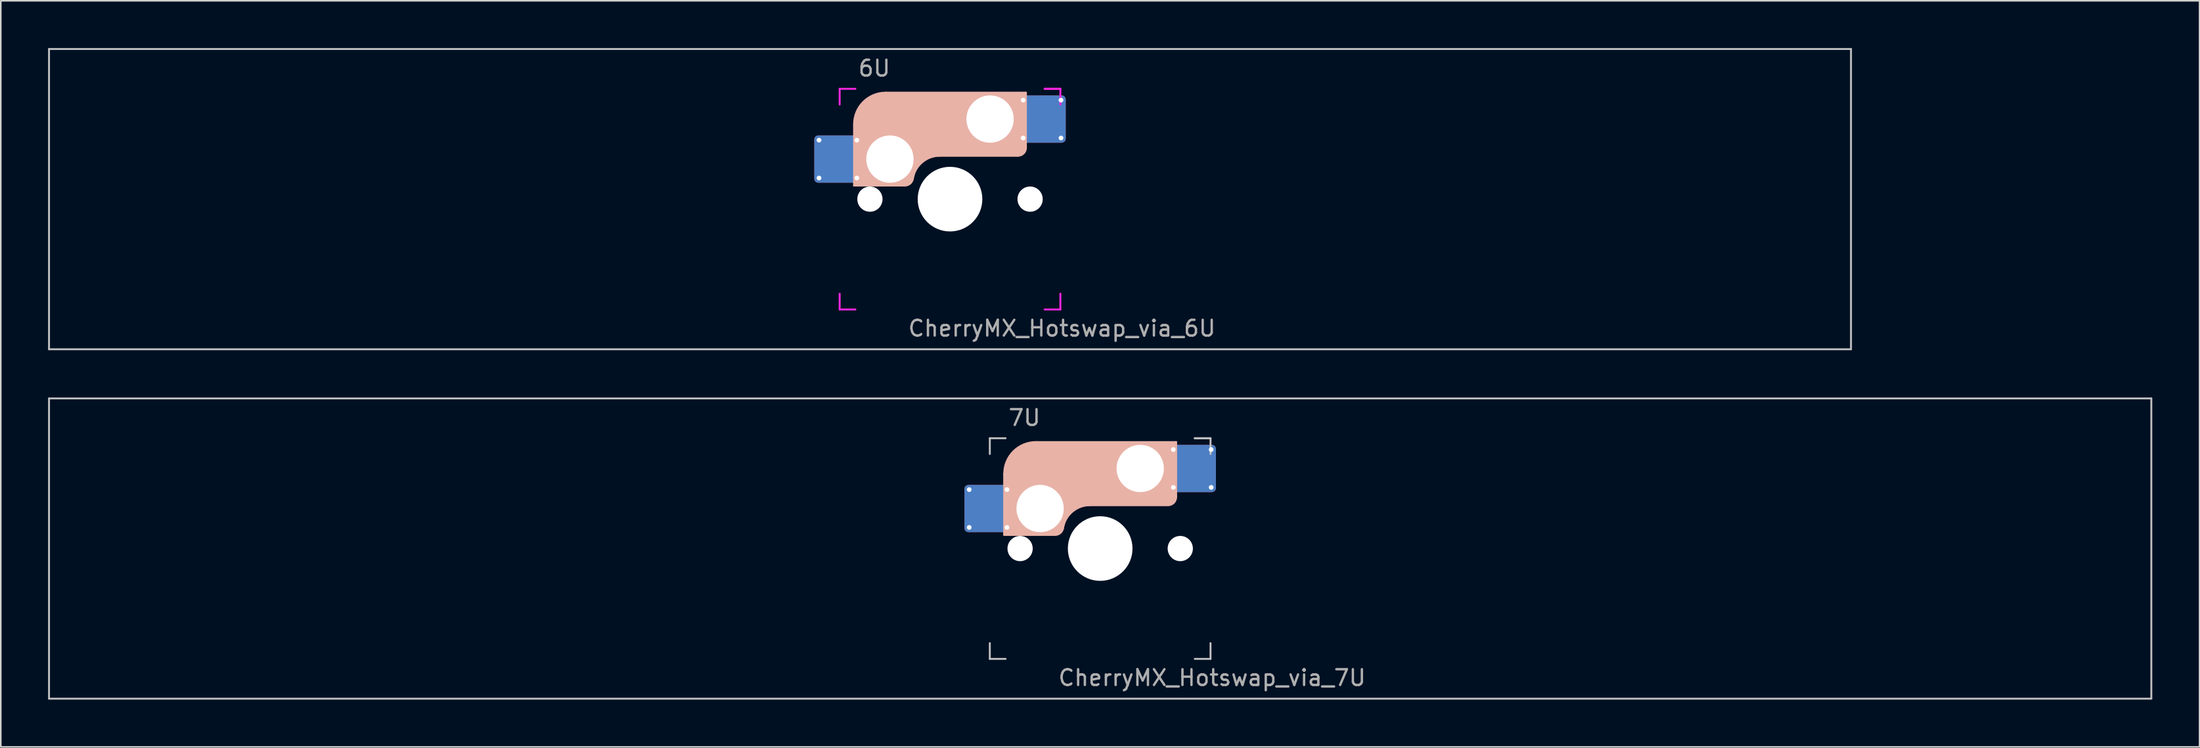
<source format=kicad_pcb>
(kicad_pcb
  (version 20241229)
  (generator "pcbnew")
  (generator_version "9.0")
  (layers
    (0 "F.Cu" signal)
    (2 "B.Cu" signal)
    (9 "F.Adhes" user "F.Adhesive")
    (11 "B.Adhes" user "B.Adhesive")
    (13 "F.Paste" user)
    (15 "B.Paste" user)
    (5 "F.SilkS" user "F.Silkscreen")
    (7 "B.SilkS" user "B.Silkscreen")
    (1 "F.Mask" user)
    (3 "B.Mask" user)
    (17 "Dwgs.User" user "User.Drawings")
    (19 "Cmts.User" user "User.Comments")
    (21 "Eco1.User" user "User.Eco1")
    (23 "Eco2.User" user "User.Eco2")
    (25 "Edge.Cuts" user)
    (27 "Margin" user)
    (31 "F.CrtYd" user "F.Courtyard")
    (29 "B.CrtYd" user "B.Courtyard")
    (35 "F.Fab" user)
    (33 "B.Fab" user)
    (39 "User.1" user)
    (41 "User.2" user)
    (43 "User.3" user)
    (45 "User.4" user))
  (footprint "CherryMX_Hotswap_via_6U"
    (layer "F.Cu")
    (at 57.21 9.585)
    (property "Reference" "CherryMX_Hotswap_via_6U" (at 7.1 8.2 0) (layer "F.Fab") (effects (font (size 1 1) (thickness 0.15))))
    (attr through_hole)
    (fp_line (start -8.11 -1.74) (end -8.11 -3.34) (stroke (width 0.12) (type solid)) (layer "B.Mask"))
    (fp_line (start -7.91 -3.54) (end -6.31 -3.54) (stroke (width 0.12) (type solid)) (layer "B.Mask"))
    (fp_line (start -6.31 -1.54) (end -7.91 -1.54) (stroke (width 0.12) (type solid)) (layer "B.Mask"))
    (fp_line (start -6.11 -3.34) (end -6.11 -1.74) (stroke (width 0.12) (type solid)) (layer "B.Mask"))
    (fp_line (start 4.84 -5.88) (end 4.84 -4.28) (stroke (width 0.12) (type solid)) (layer "B.Mask"))
    (fp_line (start 5.04 -6.08) (end 6.64 -6.08) (stroke (width 0.12) (type solid)) (layer "B.Mask"))
    (fp_line (start 5.04 -4.08) (end 6.64 -4.08) (stroke (width 0.12) (type solid)) (layer "B.Mask"))
    (fp_line (start 6.84 -4.28) (end 6.84 -5.88) (stroke (width 0.12) (type solid)) (layer "B.Mask"))
    (fp_arc (start -8.11 -3.34) (mid -8.051421 -3.481421) (end -7.91 -3.54) (stroke (width 0.12) (type solid)) (layer "B.Mask"))
    (fp_arc (start -7.91 -1.54) (mid -8.051421 -1.598579) (end -8.11 -1.74) (stroke (width 0.12) (type solid)) (layer "B.Mask"))
    (fp_arc (start -6.31 -3.54) (mid -6.168579 -3.481421) (end -6.11 -3.34) (stroke (width 0.12) (type solid)) (layer "B.Mask"))
    (fp_arc (start -6.11 -1.74) (mid -6.168579 -1.598579) (end -6.31 -1.54) (stroke (width 0.12) (type solid)) (layer "B.Mask"))
    (fp_arc (start 4.84 -5.88) (mid 4.898579 -6.021421) (end 5.04 -6.08) (stroke (width 0.12) (type solid)) (layer "B.Mask"))
    (fp_arc (start 5.04 -4.08) (mid 4.898579 -4.138579) (end 4.84 -4.28) (stroke (width 0.12) (type solid)) (layer "B.Mask"))
    (fp_arc (start 6.64 -6.08) (mid 6.781421 -6.021421) (end 6.84 -5.88) (stroke (width 0.12) (type solid)) (layer "B.Mask"))
    (fp_arc (start 6.84 -4.28) (mid 6.781421 -4.138579) (end 6.64 -4.08) (stroke (width 0.12) (type solid)) (layer "B.Mask"))
    (fp_poly (pts (xy -6.11 -3.34) (xy -6.11 -1.74) (xy -6.31 -1.54) (xy -7.91 -1.54) (xy -8.11 -1.74) (xy -8.11 -3.34) (xy -7.91 -3.54) (xy -6.31 -3.54)) (stroke (width 0.1) (type solid)) (fill yes) (layer "B.Mask"))
    (fp_poly (pts (xy 6.84 -5.88) (xy 6.84 -4.28) (xy 6.64 -4.08) (xy 5.04 -4.08) (xy 4.84 -4.28) (xy 4.84 -5.88) (xy 5.04 -6.08) (xy 6.64 -6.08)) (stroke (width 0.1) (type solid)) (fill yes) (layer "B.Mask"))
    (fp_line (start -6.085 -0.865) (end -6.085 -4.755) (stroke (width 0.12) (type solid)) (layer "B.SilkS"))
    (fp_line (start -4.085 -6.755) (end 4.815 -6.755) (stroke (width 0.12) (type solid)) (layer "B.SilkS"))
    (fp_line (start -2.852 -0.865) (end -6.085 -0.865) (stroke (width 0.12) (type solid)) (layer "B.SilkS"))
    (fp_line (start -0.635 -2.755) (end 4.315 -2.755) (stroke (width 0.12) (type solid)) (layer "B.SilkS"))
    (fp_line (start 4.815 -6.755) (end 4.815 -3.255) (stroke (width 0.12) (type solid)) (layer "B.SilkS"))
    (fp_arc (start -6.085 -4.755) (mid -5.499214 -6.169214) (end -4.085 -6.755) (stroke (width 0.12) (type solid)) (layer "B.SilkS"))
    (fp_arc (start -2.360959 -1.278326) (mid -1.770727 -2.335454) (end -0.635 -2.755) (stroke (width 0.12) (type solid)) (layer "B.SilkS"))
    (fp_arc (start -2.36 -1.278176) (mid -2.53101 -0.981978) (end -2.852404 -0.865) (stroke (width 0.12) (type solid)) (layer "B.SilkS"))
    (fp_arc (start 4.815 -3.255) (mid 4.668553 -2.901447) (end 4.315 -2.755) (stroke (width 0.12) (type solid)) (layer "B.SilkS"))
    (fp_poly (pts (xy 4.815 -3.255) (xy 4.633 -2.937) (xy 4.315 -2.755) (xy -0.635 -2.755) (xy -1.259 -2.696) (xy -1.805 -2.376) (xy -2.207 -1.885) (xy -2.361 -1.278) (xy -2.563 -1.02) (xy -2.852 -0.865) (xy -6.085 -0.865) (xy -6.085 -4.755) (xy -5.887 -5.501) (xy -5.464 -6.134) (xy -4.831 -6.557) (xy -4.085 -6.755) (xy 4.815 -6.755)) (stroke (width 0.1) (type solid)) (fill yes) (layer "B.SilkS"))
    (fp_line (start -8.11 -1.74) (end -8.11 -3.34) (stroke (width 0.12) (type solid)) (layer "B.Paste"))
    (fp_line (start -7.91 -3.54) (end -6.31 -3.54) (stroke (width 0.12) (type solid)) (layer "B.Paste"))
    (fp_line (start -6.31 -1.54) (end -7.91 -1.54) (stroke (width 0.12) (type solid)) (layer "B.Paste"))
    (fp_line (start -6.11 -3.34) (end -6.11 -1.74) (stroke (width 0.12) (type solid)) (layer "B.Paste"))
    (fp_line (start 4.84 -5.88) (end 4.84 -4.28) (stroke (width 0.12) (type solid)) (layer "B.Paste"))
    (fp_line (start 5.04 -6.08) (end 6.64 -6.08) (stroke (width 0.12) (type solid)) (layer "B.Paste"))
    (fp_line (start 5.04 -4.08) (end 6.64 -4.08) (stroke (width 0.12) (type solid)) (layer "B.Paste"))
    (fp_line (start 6.84 -4.28) (end 6.84 -5.88) (stroke (width 0.12) (type solid)) (layer "B.Paste"))
    (fp_arc (start -8.11 -3.34) (mid -8.051421 -3.481421) (end -7.91 -3.54) (stroke (width 0.12) (type solid)) (layer "B.Paste"))
    (fp_arc (start -7.91 -1.54) (mid -8.051421 -1.598579) (end -8.11 -1.74) (stroke (width 0.12) (type solid)) (layer "B.Paste"))
    (fp_arc (start -6.31 -3.54) (mid -6.168579 -3.481421) (end -6.11 -3.34) (stroke (width 0.12) (type solid)) (layer "B.Paste"))
    (fp_arc (start -6.11 -1.74) (mid -6.168579 -1.598579) (end -6.31 -1.54) (stroke (width 0.12) (type solid)) (layer "B.Paste"))
    (fp_arc (start 4.84 -5.88) (mid 4.898579 -6.021421) (end 5.04 -6.08) (stroke (width 0.12) (type solid)) (layer "B.Paste"))
    (fp_arc (start 5.04 -4.08) (mid 4.898579 -4.138579) (end 4.84 -4.28) (stroke (width 0.12) (type solid)) (layer "B.Paste"))
    (fp_arc (start 6.64 -6.08) (mid 6.781421 -6.021421) (end 6.84 -5.88) (stroke (width 0.12) (type solid)) (layer "B.Paste"))
    (fp_arc (start 6.84 -4.28) (mid 6.781421 -4.138579) (end 6.64 -4.08) (stroke (width 0.12) (type solid)) (layer "B.Paste"))
    (fp_poly (pts (xy -6.11 -3.34) (xy -6.11 -1.74) (xy -6.31 -1.54) (xy -7.91 -1.54) (xy -8.11 -1.74) (xy -8.11 -3.34) (xy -7.91 -3.54) (xy -6.31 -3.54)) (stroke (width 0.1) (type solid)) (fill yes) (layer "B.Paste"))
    (fp_poly (pts (xy 6.84 -5.88) (xy 6.84 -4.28) (xy 6.64 -4.08) (xy 5.04 -4.08) (xy 4.84 -4.28) (xy 4.84 -5.88) (xy 5.04 -6.08) (xy 6.64 -6.08)) (stroke (width 0.1) (type solid)) (fill yes) (layer "B.Paste"))
    (fp_line (start -57.15 -9.525) (end 57.15 -9.525) (stroke (width 0.12) (type solid)) (layer "Dwgs.User"))
    (fp_line (start -57.15 9.525) (end -57.15 -9.525) (stroke (width 0.12) (type solid)) (layer "Dwgs.User"))
    (fp_line (start 57.15 -9.525) (end 57.15 9.525) (stroke (width 0.12) (type solid)) (layer "Dwgs.User"))
    (fp_line (start 57.15 9.525) (end -57.15 9.525) (stroke (width 0.12) (type solid)) (layer "Dwgs.User"))
    (fp_line (start -7 -7) (end -7 -6) (stroke (width 0.12) (type solid)) (layer "F.CrtYd"))
    (fp_line (start -7 -7) (end -6 -7) (stroke (width 0.12) (type solid)) (layer "F.CrtYd"))
    (fp_line (start -7 7) (end -7 6) (stroke (width 0.12) (type solid)) (layer "F.CrtYd"))
    (fp_line (start -7 7) (end -6 7) (stroke (width 0.12) (type solid)) (layer "F.CrtYd"))
    (fp_line (start 6 -7) (end 7 -7) (stroke (width 0.12) (type solid)) (layer "F.CrtYd"))
    (fp_line (start 7 -7) (end 6 -7) (stroke (width 0.12) (type solid)) (layer "F.CrtYd"))
    (fp_line (start 7 -7) (end 7 -6) (stroke (width 0.12) (type solid)) (layer "F.CrtYd"))
    (fp_line (start 7 7) (end 6 7) (stroke (width 0.12) (type solid)) (layer "F.CrtYd"))
    (fp_line (start 7 7) (end 7 6) (stroke (width 0.12) (type solid)) (layer "F.CrtYd"))
    (fp_text user "6U" (at -4.8 -8.3 0) (layer "F.Fab") (effects (font (size 1 1) (thickness 0.15))))
    (pad "" np_thru_hole circle (at -5.08 0) (size 1.6 1.6) (drill 1.6) (layers "*.Cu" "*.Mask"))
    (pad "" np_thru_hole circle (at -3.81 -2.54) (size 3 3) (drill 3) (layers "*.Cu" "*.Mask"))
    (pad "" np_thru_hole circle (at 0 0) (size 4.1 4.1) (drill 4.1) (layers "*.Cu" "*.Mask"))
    (pad "" np_thru_hole circle (at 2.54 -5.08) (size 3 3) (drill 3) (layers "*.Cu" "*.Mask"))
    (pad "" np_thru_hole circle (at 5.08 0) (size 1.6 1.6) (drill 1.6) (layers "*.Cu" "*.Mask"))
    (pad "1" thru_hole circle (at -8.31 -3.74) (size 0.5 0.5) (drill 0.3) (layers "*.Cu"))
    (pad "1" thru_hole circle (at -8.31 -1.34) (size 0.5 0.5) (drill 0.3) (layers "*.Cu"))
    (pad "1" smd roundrect (at -7.11 -2.54) (size 3 3) (layers "F.Cu") (roundrect_rratio 0.083))
    (pad "1" smd roundrect (at -7.11 -2.54 180) (size 3 3) (layers "B.Cu") (roundrect_rratio 0.083))
    (pad "1" thru_hole circle (at -5.91 -3.74) (size 0.5 0.5) (drill 0.3) (layers "*.Cu"))
    (pad "1" thru_hole circle (at -5.91 -1.34) (size 0.5 0.5) (drill 0.3) (layers "*.Cu"))
    (pad "2" thru_hole circle (at 4.64 -6.28 180) (size 0.5 0.5) (drill 0.3) (layers "*.Cu"))
    (pad "2" thru_hole circle (at 4.64 -3.88 180) (size 0.5 0.5) (drill 0.3) (layers "*.Cu"))
    (pad "2" smd roundrect (at 5.84 -5.08 180) (size 3 3) (layers "F.Cu") (roundrect_rratio 0.083))
    (pad "2" smd roundrect (at 5.84 -5.08 180) (size 3 3) (layers "B.Cu") (roundrect_rratio 0.083))
    (pad "2" thru_hole circle (at 7.04 -6.28 180) (size 0.5 0.5) (drill 0.3) (layers "*.Cu"))
    (pad "2" thru_hole circle (at 7.04 -3.88 180) (size 0.5 0.5) (drill 0.3) (layers "*.Cu")))
  (footprint "CherryMX_Hotswap_via_7U"
    (layer "F.Cu")
    (at 66.735 31.755)
    (property "Reference" "CherryMX_Hotswap_via_7U" (at 7.1 8.2 0) (layer "F.Fab") (effects (font (size 1 1) (thickness 0.15))))
    (attr through_hole)
    (fp_line (start -8.11 -1.74) (end -8.11 -3.34) (stroke (width 0.12) (type solid)) (layer "B.Mask"))
    (fp_line (start -7.91 -3.54) (end -6.31 -3.54) (stroke (width 0.12) (type solid)) (layer "B.Mask"))
    (fp_line (start -6.31 -1.54) (end -7.91 -1.54) (stroke (width 0.12) (type solid)) (layer "B.Mask"))
    (fp_line (start -6.11 -3.34) (end -6.11 -1.74) (stroke (width 0.12) (type solid)) (layer "B.Mask"))
    (fp_line (start 4.84 -5.88) (end 4.84 -4.28) (stroke (width 0.12) (type solid)) (layer "B.Mask"))
    (fp_line (start 5.04 -6.08) (end 6.64 -6.08) (stroke (width 0.12) (type solid)) (layer "B.Mask"))
    (fp_line (start 5.04 -4.08) (end 6.64 -4.08) (stroke (width 0.12) (type solid)) (layer "B.Mask"))
    (fp_line (start 6.84 -4.28) (end 6.84 -5.88) (stroke (width 0.12) (type solid)) (layer "B.Mask"))
    (fp_arc (start -8.11 -3.34) (mid -8.051421 -3.481421) (end -7.91 -3.54) (stroke (width 0.12) (type solid)) (layer "B.Mask"))
    (fp_arc (start -7.91 -1.54) (mid -8.051421 -1.598579) (end -8.11 -1.74) (stroke (width 0.12) (type solid)) (layer "B.Mask"))
    (fp_arc (start -6.31 -3.54) (mid -6.168579 -3.481421) (end -6.11 -3.34) (stroke (width 0.12) (type solid)) (layer "B.Mask"))
    (fp_arc (start -6.11 -1.74) (mid -6.168579 -1.598579) (end -6.31 -1.54) (stroke (width 0.12) (type solid)) (layer "B.Mask"))
    (fp_arc (start 4.84 -5.88) (mid 4.898579 -6.021421) (end 5.04 -6.08) (stroke (width 0.12) (type solid)) (layer "B.Mask"))
    (fp_arc (start 5.04 -4.08) (mid 4.898579 -4.138579) (end 4.84 -4.28) (stroke (width 0.12) (type solid)) (layer "B.Mask"))
    (fp_arc (start 6.64 -6.08) (mid 6.781421 -6.021421) (end 6.84 -5.88) (stroke (width 0.12) (type solid)) (layer "B.Mask"))
    (fp_arc (start 6.84 -4.28) (mid 6.781421 -4.138579) (end 6.64 -4.08) (stroke (width 0.12) (type solid)) (layer "B.Mask"))
    (fp_poly (pts (xy -6.11 -3.34) (xy -6.11 -1.74) (xy -6.31 -1.54) (xy -7.91 -1.54) (xy -8.11 -1.74) (xy -8.11 -3.34) (xy -7.91 -3.54) (xy -6.31 -3.54)) (stroke (width 0.1) (type solid)) (fill yes) (layer "B.Mask"))
    (fp_poly (pts (xy 6.84 -5.88) (xy 6.84 -4.28) (xy 6.64 -4.08) (xy 5.04 -4.08) (xy 4.84 -4.28) (xy 4.84 -5.88) (xy 5.04 -6.08) (xy 6.64 -6.08)) (stroke (width 0.1) (type solid)) (fill yes) (layer "B.Mask"))
    (fp_line (start -6.085 -0.865) (end -6.085 -4.755) (stroke (width 0.12) (type solid)) (layer "B.SilkS"))
    (fp_line (start -4.085 -6.755) (end 4.815 -6.755) (stroke (width 0.12) (type solid)) (layer "B.SilkS"))
    (fp_line (start -2.852 -0.865) (end -6.085 -0.865) (stroke (width 0.12) (type solid)) (layer "B.SilkS"))
    (fp_line (start -0.635 -2.755) (end 4.315 -2.755) (stroke (width 0.12) (type solid)) (layer "B.SilkS"))
    (fp_line (start 4.815 -6.755) (end 4.815 -3.255) (stroke (width 0.12) (type solid)) (layer "B.SilkS"))
    (fp_arc (start -6.085 -4.755) (mid -5.499214 -6.169214) (end -4.085 -6.755) (stroke (width 0.12) (type solid)) (layer "B.SilkS"))
    (fp_arc (start -2.360959 -1.278326) (mid -1.770727 -2.335454) (end -0.635 -2.755) (stroke (width 0.12) (type solid)) (layer "B.SilkS"))
    (fp_arc (start -2.36 -1.278176) (mid -2.53101 -0.981978) (end -2.852404 -0.865) (stroke (width 0.12) (type solid)) (layer "B.SilkS"))
    (fp_arc (start 4.815 -3.255) (mid 4.668553 -2.901447) (end 4.315 -2.755) (stroke (width 0.12) (type solid)) (layer "B.SilkS"))
    (fp_poly (pts (xy 4.815 -3.255) (xy 4.633 -2.937) (xy 4.315 -2.755) (xy -0.635 -2.755) (xy -1.259 -2.696) (xy -1.805 -2.376) (xy -2.207 -1.885) (xy -2.361 -1.278) (xy -2.563 -1.02) (xy -2.852 -0.865) (xy -6.085 -0.865) (xy -6.085 -4.755) (xy -5.887 -5.501) (xy -5.464 -6.134) (xy -4.831 -6.557) (xy -4.085 -6.755) (xy 4.815 -6.755)) (stroke (width 0.1) (type solid)) (fill yes) (layer "B.SilkS"))
    (fp_line (start -8.11 -1.74) (end -8.11 -3.34) (stroke (width 0.12) (type solid)) (layer "B.Paste"))
    (fp_line (start -7.91 -3.54) (end -6.31 -3.54) (stroke (width 0.12) (type solid)) (layer "B.Paste"))
    (fp_line (start -6.31 -1.54) (end -7.91 -1.54) (stroke (width 0.12) (type solid)) (layer "B.Paste"))
    (fp_line (start -6.11 -3.34) (end -6.11 -1.74) (stroke (width 0.12) (type solid)) (layer "B.Paste"))
    (fp_line (start 4.84 -5.88) (end 4.84 -4.28) (stroke (width 0.12) (type solid)) (layer "B.Paste"))
    (fp_line (start 5.04 -6.08) (end 6.64 -6.08) (stroke (width 0.12) (type solid)) (layer "B.Paste"))
    (fp_line (start 5.04 -4.08) (end 6.64 -4.08) (stroke (width 0.12) (type solid)) (layer "B.Paste"))
    (fp_line (start 6.84 -4.28) (end 6.84 -5.88) (stroke (width 0.12) (type solid)) (layer "B.Paste"))
    (fp_arc (start -8.11 -3.34) (mid -8.051421 -3.481421) (end -7.91 -3.54) (stroke (width 0.12) (type solid)) (layer "B.Paste"))
    (fp_arc (start -7.91 -1.54) (mid -8.051421 -1.598579) (end -8.11 -1.74) (stroke (width 0.12) (type solid)) (layer "B.Paste"))
    (fp_arc (start -6.31 -3.54) (mid -6.168579 -3.481421) (end -6.11 -3.34) (stroke (width 0.12) (type solid)) (layer "B.Paste"))
    (fp_arc (start -6.11 -1.74) (mid -6.168579 -1.598579) (end -6.31 -1.54) (stroke (width 0.12) (type solid)) (layer "B.Paste"))
    (fp_arc (start 4.84 -5.88) (mid 4.898579 -6.021421) (end 5.04 -6.08) (stroke (width 0.12) (type solid)) (layer "B.Paste"))
    (fp_arc (start 5.04 -4.08) (mid 4.898579 -4.138579) (end 4.84 -4.28) (stroke (width 0.12) (type solid)) (layer "B.Paste"))
    (fp_arc (start 6.64 -6.08) (mid 6.781421 -6.021421) (end 6.84 -5.88) (stroke (width 0.12) (type solid)) (layer "B.Paste"))
    (fp_arc (start 6.84 -4.28) (mid 6.781421 -4.138579) (end 6.64 -4.08) (stroke (width 0.12) (type solid)) (layer "B.Paste"))
    (fp_poly (pts (xy -6.11 -3.34) (xy -6.11 -1.74) (xy -6.31 -1.54) (xy -7.91 -1.54) (xy -8.11 -1.74) (xy -8.11 -3.34) (xy -7.91 -3.54) (xy -6.31 -3.54)) (stroke (width 0.1) (type solid)) (fill yes) (layer "B.Paste"))
    (fp_poly (pts (xy 6.84 -5.88) (xy 6.84 -4.28) (xy 6.64 -4.08) (xy 5.04 -4.08) (xy 4.84 -4.28) (xy 4.84 -5.88) (xy 5.04 -6.08) (xy 6.64 -6.08)) (stroke (width 0.1) (type solid)) (fill yes) (layer "B.Paste"))
    (fp_line (start -66.675 -9.525) (end 66.675 -9.525) (stroke (width 0.12) (type solid)) (layer "Dwgs.User"))
    (fp_line (start -66.675 9.525) (end -66.675 -9.525) (stroke (width 0.12) (type solid)) (layer "Dwgs.User"))
    (fp_line (start -7 -7) (end -7 -6) (stroke (width 0.12) (type solid)) (layer "Dwgs.User"))
    (fp_line (start -7 -7) (end -6 -7) (stroke (width 0.12) (type solid)) (layer "Dwgs.User"))
    (fp_line (start -7 7) (end -7 6) (stroke (width 0.12) (type solid)) (layer "Dwgs.User"))
    (fp_line (start -7 7) (end -6 7) (stroke (width 0.12) (type solid)) (layer "Dwgs.User"))
    (fp_line (start 6 -7) (end 7 -7) (stroke (width 0.12) (type solid)) (layer "Dwgs.User"))
    (fp_line (start 7 -7) (end 6 -7) (stroke (width 0.12) (type solid)) (layer "Dwgs.User"))
    (fp_line (start 7 -7) (end 7 -6) (stroke (width 0.12) (type solid)) (layer "Dwgs.User"))
    (fp_line (start 7 7) (end 6 7) (stroke (width 0.12) (type solid)) (layer "Dwgs.User"))
    (fp_line (start 7 7) (end 7 6) (stroke (width 0.12) (type solid)) (layer "Dwgs.User"))
    (fp_line (start 66.675 -9.525) (end 66.675 9.525) (stroke (width 0.12) (type solid)) (layer "Dwgs.User"))
    (fp_line (start 66.675 9.525) (end -66.675 9.525) (stroke (width 0.12) (type solid)) (layer "Dwgs.User"))
    (fp_text user "7U" (at -4.8 -8.3 0) (layer "F.Fab") (effects (font (size 1 1) (thickness 0.15))))
    (pad "" np_thru_hole circle (at -5.08 0) (size 1.6 1.6) (drill 1.6) (layers "*.Cu" "*.Mask"))
    (pad "" np_thru_hole circle (at -3.81 -2.54) (size 3 3) (drill 3) (layers "*.Cu" "*.Mask"))
    (pad "" np_thru_hole circle (at 0 0) (size 4.1 4.1) (drill 4.1) (layers "*.Cu" "*.Mask"))
    (pad "" np_thru_hole circle (at 2.54 -5.08) (size 3 3) (drill 3) (layers "*.Cu" "*.Mask"))
    (pad "" np_thru_hole circle (at 5.08 0) (size 1.6 1.6) (drill 1.6) (layers "*.Cu" "*.Mask"))
    (pad "1" thru_hole circle (at -8.31 -3.74) (size 0.5 0.5) (drill 0.3) (layers "*.Cu"))
    (pad "1" thru_hole circle (at -8.31 -1.34) (size 0.5 0.5) (drill 0.3) (layers "*.Cu"))
    (pad "1" smd roundrect (at -7.11 -2.54) (size 3 3) (layers "F.Cu") (roundrect_rratio 0.083))
    (pad "1" smd roundrect (at -7.11 -2.54 180) (size 3 3) (layers "B.Cu") (roundrect_rratio 0.083))
    (pad "1" thru_hole circle (at -5.91 -3.74) (size 0.5 0.5) (drill 0.3) (layers "*.Cu"))
    (pad "1" thru_hole circle (at -5.91 -1.34) (size 0.5 0.5) (drill 0.3) (layers "*.Cu"))
    (pad "2" thru_hole circle (at 4.64 -6.28 180) (size 0.5 0.5) (drill 0.3) (layers "*.Cu"))
    (pad "2" thru_hole circle (at 4.64 -3.88 180) (size 0.5 0.5) (drill 0.3) (layers "*.Cu"))
    (pad "2" smd roundrect (at 5.84 -5.08 180) (size 3 3) (layers "F.Cu") (roundrect_rratio 0.083))
    (pad "2" smd roundrect (at 5.84 -5.08 180) (size 3 3) (layers "B.Cu") (roundrect_rratio 0.083))
    (pad "2" thru_hole circle (at 7.04 -6.28 180) (size 0.5 0.5) (drill 0.3) (layers "*.Cu"))
    (pad "2" thru_hole circle (at 7.04 -3.88 180) (size 0.5 0.5) (drill 0.3) (layers "*.Cu")))
  (gr_rect
    (start -3 -3)
    (end 136.47 44.34)
    (stroke (width 0.1) (type default))
    (fill no)
    (layer "Edge.Cuts")))
</source>
